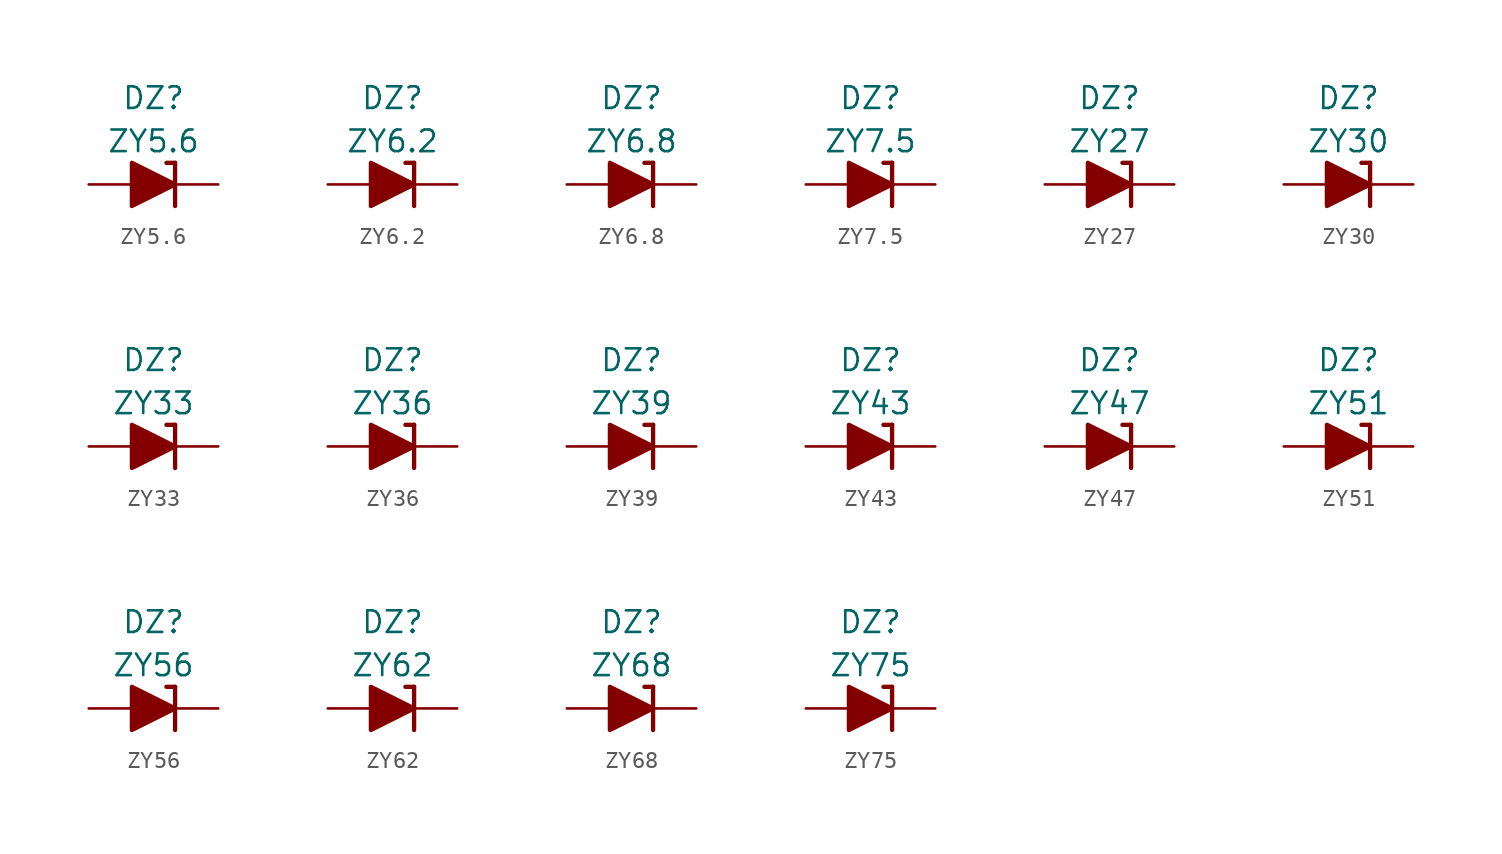
<source format=kicad_sym>
(kicad_symbol_lib
  (version 20211014)
  (generator kicad_symbol_editor)
  (symbol "ZY5.6"
    (pin_numbers hide)
    (pin_names
      (offset 1.016) hide)
    (property "Reference" "DZ"
      (at 0 5.08 0)
      (effects (font (size 1.27 1.27))))
    (property "Value" "ZY5.6"
      (at 0 2.54 0)
      (effects (font (size 1.27 1.27))))
    (symbol "ZY5.6_0_1"
      (polyline (pts (xy -1.27 0) (xy 1.27 0)) (stroke (width 0) (type default) (color 0 0 0 0)) (fill (type none)))
      (polyline (pts (xy 1.27 1.27) (xy 0.762 1.27)) (stroke (width 0.254) (type default) (color 0 0 0 0)) (fill (type none)))
      (polyline (pts (xy 1.27 1.27) (xy 1.27 -1.27)) (stroke (width 0.254) (type default) (color 0 0 0 0)) (fill (type none)))
      (polyline (pts (xy -1.27 -1.27) (xy -1.27 1.27) (xy 1.27 0) (xy -1.27 -1.27)) (stroke (width 0.254) (type default) (color 0 0 0 0)) (fill (type outline))))
    (symbol "ZY5.6_1_1"
      (pin passive line (at 3.81 0 180) (length 2.54) (name "K" (effects (font (size 1.27 1.27)))) (number "1" (effects (font (size 1.27 1.27)))))
      (pin passive line (at -3.81 0 0) (length 2.54) (name "A" (effects (font (size 1.27 1.27)))) (number "2" (effects (font (size 1.27 1.27)))))))
  (symbol "ZY6.2"
    (pin_numbers hide)
    (pin_names
      (offset 1.016) hide)
    (property "Reference" "DZ"
      (at 0 5.08 0)
      (effects (font (size 1.27 1.27))))
    (property "Value" "ZY6.2"
      (at 0 2.54 0)
      (effects (font (size 1.27 1.27))))
    (symbol "ZY6.2_0_1"
      (polyline (pts (xy -1.27 0) (xy 1.27 0)) (stroke (width 0) (type default) (color 0 0 0 0)) (fill (type none)))
      (polyline (pts (xy 1.27 1.27) (xy 0.762 1.27)) (stroke (width 0.254) (type default) (color 0 0 0 0)) (fill (type none)))
      (polyline (pts (xy 1.27 1.27) (xy 1.27 -1.27)) (stroke (width 0.254) (type default) (color 0 0 0 0)) (fill (type none)))
      (polyline (pts (xy -1.27 -1.27) (xy -1.27 1.27) (xy 1.27 0) (xy -1.27 -1.27)) (stroke (width 0.254) (type default) (color 0 0 0 0)) (fill (type outline))))
    (symbol "ZY6.2_1_1"
      (pin passive line (at 3.81 0 180) (length 2.54) (name "K" (effects (font (size 1.27 1.27)))) (number "1" (effects (font (size 1.27 1.27)))))
      (pin passive line (at -3.81 0 0) (length 2.54) (name "A" (effects (font (size 1.27 1.27)))) (number "2" (effects (font (size 1.27 1.27)))))))
  (symbol "ZY6.8"
    (pin_numbers hide)
    (pin_names
      (offset 1.016) hide)
    (property "Reference" "DZ"
      (at 0 5.08 0)
      (effects (font (size 1.27 1.27))))
    (property "Value" "ZY6.8"
      (at 0 2.54 0)
      (effects (font (size 1.27 1.27))))
    (symbol "ZY6.8_0_1"
      (polyline (pts (xy -1.27 0) (xy 1.27 0)) (stroke (width 0) (type default) (color 0 0 0 0)) (fill (type none)))
      (polyline (pts (xy 1.27 1.27) (xy 0.762 1.27)) (stroke (width 0.254) (type default) (color 0 0 0 0)) (fill (type none)))
      (polyline (pts (xy 1.27 1.27) (xy 1.27 -1.27)) (stroke (width 0.254) (type default) (color 0 0 0 0)) (fill (type none)))
      (polyline (pts (xy -1.27 -1.27) (xy -1.27 1.27) (xy 1.27 0) (xy -1.27 -1.27)) (stroke (width 0.254) (type default) (color 0 0 0 0)) (fill (type outline))))
    (symbol "ZY6.8_1_1"
      (pin passive line (at 3.81 0 180) (length 2.54) (name "K" (effects (font (size 1.27 1.27)))) (number "1" (effects (font (size 1.27 1.27)))))
      (pin passive line (at -3.81 0 0) (length 2.54) (name "A" (effects (font (size 1.27 1.27)))) (number "2" (effects (font (size 1.27 1.27)))))))
  (symbol "ZY7.5"
    (pin_numbers hide)
    (pin_names
      (offset 1.016) hide)
    (property "Reference" "DZ"
      (at 0 5.08 0)
      (effects (font (size 1.27 1.27))))
    (property "Value" "ZY7.5"
      (at 0 2.54 0)
      (effects (font (size 1.27 1.27))))
    (symbol "ZY7.5_0_1"
      (polyline (pts (xy -1.27 0) (xy 1.27 0)) (stroke (width 0) (type default) (color 0 0 0 0)) (fill (type none)))
      (polyline (pts (xy 1.27 1.27) (xy 0.762 1.27)) (stroke (width 0.254) (type default) (color 0 0 0 0)) (fill (type none)))
      (polyline (pts (xy 1.27 1.27) (xy 1.27 -1.27)) (stroke (width 0.254) (type default) (color 0 0 0 0)) (fill (type none)))
      (polyline (pts (xy -1.27 -1.27) (xy -1.27 1.27) (xy 1.27 0) (xy -1.27 -1.27)) (stroke (width 0.254) (type default) (color 0 0 0 0)) (fill (type outline))))
    (symbol "ZY7.5_1_1"
      (pin passive line (at 3.81 0 180) (length 2.54) (name "K" (effects (font (size 1.27 1.27)))) (number "1" (effects (font (size 1.27 1.27)))))
      (pin passive line (at -3.81 0 0) (length 2.54) (name "A" (effects (font (size 1.27 1.27)))) (number "2" (effects (font (size 1.27 1.27)))))))
  (symbol "ZY27"
    (pin_numbers hide)
    (pin_names
      (offset 1.016) hide)
    (property "Reference" "DZ"
      (at 0 5.08 0)
      (effects (font (size 1.27 1.27))))
    (property "Value" "ZY27"
      (at 0 2.54 0)
      (effects (font (size 1.27 1.27))))
    (symbol "ZY27_0_1"
      (polyline (pts (xy -1.27 0) (xy 1.27 0)) (stroke (width 0) (type default) (color 0 0 0 0)) (fill (type none)))
      (polyline (pts (xy 1.27 1.27) (xy 0.762 1.27)) (stroke (width 0.254) (type default) (color 0 0 0 0)) (fill (type none)))
      (polyline (pts (xy 1.27 1.27) (xy 1.27 -1.27)) (stroke (width 0.254) (type default) (color 0 0 0 0)) (fill (type none)))
      (polyline (pts (xy -1.27 -1.27) (xy -1.27 1.27) (xy 1.27 0) (xy -1.27 -1.27)) (stroke (width 0.254) (type default) (color 0 0 0 0)) (fill (type outline))))
    (symbol "ZY27_1_1"
      (pin passive line (at 3.81 0 180) (length 2.54) (name "K" (effects (font (size 1.27 1.27)))) (number "1" (effects (font (size 1.27 1.27)))))
      (pin passive line (at -3.81 0 0) (length 2.54) (name "A" (effects (font (size 1.27 1.27)))) (number "2" (effects (font (size 1.27 1.27)))))))
  (symbol "ZY30"
    (pin_numbers hide)
    (pin_names
      (offset 1.016) hide)
    (property "Reference" "DZ"
      (at 0 5.08 0)
      (effects (font (size 1.27 1.27))))
    (property "Value" "ZY30"
      (at 0 2.54 0)
      (effects (font (size 1.27 1.27))))
    (symbol "ZY30_0_1"
      (polyline (pts (xy -1.27 0) (xy 1.27 0)) (stroke (width 0) (type default) (color 0 0 0 0)) (fill (type none)))
      (polyline (pts (xy 1.27 1.27) (xy 0.762 1.27)) (stroke (width 0.254) (type default) (color 0 0 0 0)) (fill (type none)))
      (polyline (pts (xy 1.27 1.27) (xy 1.27 -1.27)) (stroke (width 0.254) (type default) (color 0 0 0 0)) (fill (type none)))
      (polyline (pts (xy -1.27 -1.27) (xy -1.27 1.27) (xy 1.27 0) (xy -1.27 -1.27)) (stroke (width 0.254) (type default) (color 0 0 0 0)) (fill (type outline))))
    (symbol "ZY30_1_1"
      (pin passive line (at 3.81 0 180) (length 2.54) (name "K" (effects (font (size 1.27 1.27)))) (number "1" (effects (font (size 1.27 1.27)))))
      (pin passive line (at -3.81 0 0) (length 2.54) (name "A" (effects (font (size 1.27 1.27)))) (number "2" (effects (font (size 1.27 1.27)))))))
  (symbol "ZY33"
    (pin_numbers hide)
    (pin_names
      (offset 1.016) hide)
    (property "Reference" "DZ"
      (at 0 5.08 0)
      (effects (font (size 1.27 1.27))))
    (property "Value" "ZY33"
      (at 0 2.54 0)
      (effects (font (size 1.27 1.27))))
    (symbol "ZY33_0_1"
      (polyline (pts (xy -1.27 0) (xy 1.27 0)) (stroke (width 0) (type default) (color 0 0 0 0)) (fill (type none)))
      (polyline (pts (xy 1.27 1.27) (xy 0.762 1.27)) (stroke (width 0.254) (type default) (color 0 0 0 0)) (fill (type none)))
      (polyline (pts (xy 1.27 1.27) (xy 1.27 -1.27)) (stroke (width 0.254) (type default) (color 0 0 0 0)) (fill (type none)))
      (polyline (pts (xy -1.27 -1.27) (xy -1.27 1.27) (xy 1.27 0) (xy -1.27 -1.27)) (stroke (width 0.254) (type default) (color 0 0 0 0)) (fill (type outline))))
    (symbol "ZY33_1_1"
      (pin passive line (at 3.81 0 180) (length 2.54) (name "K" (effects (font (size 1.27 1.27)))) (number "1" (effects (font (size 1.27 1.27)))))
      (pin passive line (at -3.81 0 0) (length 2.54) (name "A" (effects (font (size 1.27 1.27)))) (number "2" (effects (font (size 1.27 1.27)))))))
  (symbol "ZY36"
    (pin_numbers hide)
    (pin_names
      (offset 1.016) hide)
    (property "Reference" "DZ"
      (at 0 5.08 0)
      (effects (font (size 1.27 1.27))))
    (property "Value" "ZY36"
      (at 0 2.54 0)
      (effects (font (size 1.27 1.27))))
    (symbol "ZY36_0_1"
      (polyline (pts (xy -1.27 0) (xy 1.27 0)) (stroke (width 0) (type default) (color 0 0 0 0)) (fill (type none)))
      (polyline (pts (xy 1.27 1.27) (xy 0.762 1.27)) (stroke (width 0.254) (type default) (color 0 0 0 0)) (fill (type none)))
      (polyline (pts (xy 1.27 1.27) (xy 1.27 -1.27)) (stroke (width 0.254) (type default) (color 0 0 0 0)) (fill (type none)))
      (polyline (pts (xy -1.27 -1.27) (xy -1.27 1.27) (xy 1.27 0) (xy -1.27 -1.27)) (stroke (width 0.254) (type default) (color 0 0 0 0)) (fill (type outline))))
    (symbol "ZY36_1_1"
      (pin passive line (at 3.81 0 180) (length 2.54) (name "K" (effects (font (size 1.27 1.27)))) (number "1" (effects (font (size 1.27 1.27)))))
      (pin passive line (at -3.81 0 0) (length 2.54) (name "A" (effects (font (size 1.27 1.27)))) (number "2" (effects (font (size 1.27 1.27)))))))
  (symbol "ZY39"
    (pin_numbers hide)
    (pin_names
      (offset 1.016) hide)
    (property "Reference" "DZ"
      (at 0 5.08 0)
      (effects (font (size 1.27 1.27))))
    (property "Value" "ZY39"
      (at 0 2.54 0)
      (effects (font (size 1.27 1.27))))
    (symbol "ZY39_0_1"
      (polyline (pts (xy -1.27 0) (xy 1.27 0)) (stroke (width 0) (type default) (color 0 0 0 0)) (fill (type none)))
      (polyline (pts (xy 1.27 1.27) (xy 0.762 1.27)) (stroke (width 0.254) (type default) (color 0 0 0 0)) (fill (type none)))
      (polyline (pts (xy 1.27 1.27) (xy 1.27 -1.27)) (stroke (width 0.254) (type default) (color 0 0 0 0)) (fill (type none)))
      (polyline (pts (xy -1.27 -1.27) (xy -1.27 1.27) (xy 1.27 0) (xy -1.27 -1.27)) (stroke (width 0.254) (type default) (color 0 0 0 0)) (fill (type outline))))
    (symbol "ZY39_1_1"
      (pin passive line (at 3.81 0 180) (length 2.54) (name "K" (effects (font (size 1.27 1.27)))) (number "1" (effects (font (size 1.27 1.27)))))
      (pin passive line (at -3.81 0 0) (length 2.54) (name "A" (effects (font (size 1.27 1.27)))) (number "2" (effects (font (size 1.27 1.27)))))))
  (symbol "ZY43"
    (pin_numbers hide)
    (pin_names
      (offset 1.016) hide)
    (property "Reference" "DZ"
      (at 0 5.08 0)
      (effects (font (size 1.27 1.27))))
    (property "Value" "ZY43"
      (at 0 2.54 0)
      (effects (font (size 1.27 1.27))))
    (symbol "ZY43_0_1"
      (polyline (pts (xy -1.27 0) (xy 1.27 0)) (stroke (width 0) (type default) (color 0 0 0 0)) (fill (type none)))
      (polyline (pts (xy 1.27 1.27) (xy 0.762 1.27)) (stroke (width 0.254) (type default) (color 0 0 0 0)) (fill (type none)))
      (polyline (pts (xy 1.27 1.27) (xy 1.27 -1.27)) (stroke (width 0.254) (type default) (color 0 0 0 0)) (fill (type none)))
      (polyline (pts (xy -1.27 -1.27) (xy -1.27 1.27) (xy 1.27 0) (xy -1.27 -1.27)) (stroke (width 0.254) (type default) (color 0 0 0 0)) (fill (type outline))))
    (symbol "ZY43_1_1"
      (pin passive line (at 3.81 0 180) (length 2.54) (name "K" (effects (font (size 1.27 1.27)))) (number "1" (effects (font (size 1.27 1.27)))))
      (pin passive line (at -3.81 0 0) (length 2.54) (name "A" (effects (font (size 1.27 1.27)))) (number "2" (effects (font (size 1.27 1.27)))))))
  (symbol "ZY47"
    (pin_numbers hide)
    (pin_names
      (offset 1.016) hide)
    (property "Reference" "DZ"
      (at 0 5.08 0)
      (effects (font (size 1.27 1.27))))
    (property "Value" "ZY47"
      (at 0 2.54 0)
      (effects (font (size 1.27 1.27))))
    (symbol "ZY47_0_1"
      (polyline (pts (xy -1.27 0) (xy 1.27 0)) (stroke (width 0) (type default) (color 0 0 0 0)) (fill (type none)))
      (polyline (pts (xy 1.27 1.27) (xy 0.762 1.27)) (stroke (width 0.254) (type default) (color 0 0 0 0)) (fill (type none)))
      (polyline (pts (xy 1.27 1.27) (xy 1.27 -1.27)) (stroke (width 0.254) (type default) (color 0 0 0 0)) (fill (type none)))
      (polyline (pts (xy -1.27 -1.27) (xy -1.27 1.27) (xy 1.27 0) (xy -1.27 -1.27)) (stroke (width 0.254) (type default) (color 0 0 0 0)) (fill (type outline))))
    (symbol "ZY47_1_1"
      (pin passive line (at 3.81 0 180) (length 2.54) (name "K" (effects (font (size 1.27 1.27)))) (number "1" (effects (font (size 1.27 1.27)))))
      (pin passive line (at -3.81 0 0) (length 2.54) (name "A" (effects (font (size 1.27 1.27)))) (number "2" (effects (font (size 1.27 1.27)))))))
  (symbol "ZY51"
    (pin_numbers hide)
    (pin_names
      (offset 1.016) hide)
    (property "Reference" "DZ"
      (at 0 5.08 0)
      (effects (font (size 1.27 1.27))))
    (property "Value" "ZY51"
      (at 0 2.54 0)
      (effects (font (size 1.27 1.27))))
    (symbol "ZY51_0_1"
      (polyline (pts (xy -1.27 0) (xy 1.27 0)) (stroke (width 0) (type default) (color 0 0 0 0)) (fill (type none)))
      (polyline (pts (xy 1.27 1.27) (xy 0.762 1.27)) (stroke (width 0.254) (type default) (color 0 0 0 0)) (fill (type none)))
      (polyline (pts (xy 1.27 1.27) (xy 1.27 -1.27)) (stroke (width 0.254) (type default) (color 0 0 0 0)) (fill (type none)))
      (polyline (pts (xy -1.27 -1.27) (xy -1.27 1.27) (xy 1.27 0) (xy -1.27 -1.27)) (stroke (width 0.254) (type default) (color 0 0 0 0)) (fill (type outline))))
    (symbol "ZY51_1_1"
      (pin passive line (at 3.81 0 180) (length 2.54) (name "K" (effects (font (size 1.27 1.27)))) (number "1" (effects (font (size 1.27 1.27)))))
      (pin passive line (at -3.81 0 0) (length 2.54) (name "A" (effects (font (size 1.27 1.27)))) (number "2" (effects (font (size 1.27 1.27)))))))
  (symbol "ZY56"
    (pin_numbers hide)
    (pin_names
      (offset 1.016) hide)
    (property "Reference" "DZ"
      (at 0 5.08 0)
      (effects (font (size 1.27 1.27))))
    (property "Value" "ZY56"
      (at 0 2.54 0)
      (effects (font (size 1.27 1.27))))
    (symbol "ZY56_0_1"
      (polyline (pts (xy -1.27 0) (xy 1.27 0)) (stroke (width 0) (type default) (color 0 0 0 0)) (fill (type none)))
      (polyline (pts (xy 1.27 1.27) (xy 0.762 1.27)) (stroke (width 0.254) (type default) (color 0 0 0 0)) (fill (type none)))
      (polyline (pts (xy 1.27 1.27) (xy 1.27 -1.27)) (stroke (width 0.254) (type default) (color 0 0 0 0)) (fill (type none)))
      (polyline (pts (xy -1.27 -1.27) (xy -1.27 1.27) (xy 1.27 0) (xy -1.27 -1.27)) (stroke (width 0.254) (type default) (color 0 0 0 0)) (fill (type outline))))
    (symbol "ZY56_1_1"
      (pin passive line (at 3.81 0 180) (length 2.54) (name "K" (effects (font (size 1.27 1.27)))) (number "1" (effects (font (size 1.27 1.27)))))
      (pin passive line (at -3.81 0 0) (length 2.54) (name "A" (effects (font (size 1.27 1.27)))) (number "2" (effects (font (size 1.27 1.27)))))))
  (symbol "ZY62"
    (pin_numbers hide)
    (pin_names
      (offset 1.016) hide)
    (property "Reference" "DZ"
      (at 0 5.08 0)
      (effects (font (size 1.27 1.27))))
    (property "Value" "ZY62"
      (at 0 2.54 0)
      (effects (font (size 1.27 1.27))))
    (symbol "ZY62_0_1"
      (polyline (pts (xy -1.27 0) (xy 1.27 0)) (stroke (width 0) (type default) (color 0 0 0 0)) (fill (type none)))
      (polyline (pts (xy 1.27 1.27) (xy 0.762 1.27)) (stroke (width 0.254) (type default) (color 0 0 0 0)) (fill (type none)))
      (polyline (pts (xy 1.27 1.27) (xy 1.27 -1.27)) (stroke (width 0.254) (type default) (color 0 0 0 0)) (fill (type none)))
      (polyline (pts (xy -1.27 -1.27) (xy -1.27 1.27) (xy 1.27 0) (xy -1.27 -1.27)) (stroke (width 0.254) (type default) (color 0 0 0 0)) (fill (type outline))))
    (symbol "ZY62_1_1"
      (pin passive line (at 3.81 0 180) (length 2.54) (name "K" (effects (font (size 1.27 1.27)))) (number "1" (effects (font (size 1.27 1.27)))))
      (pin passive line (at -3.81 0 0) (length 2.54) (name "A" (effects (font (size 1.27 1.27)))) (number "2" (effects (font (size 1.27 1.27)))))))
  (symbol "ZY68"
    (pin_numbers hide)
    (pin_names
      (offset 1.016) hide)
    (property "Reference" "DZ"
      (at 0 5.08 0)
      (effects (font (size 1.27 1.27))))
    (property "Value" "ZY68"
      (at 0 2.54 0)
      (effects (font (size 1.27 1.27))))
    (symbol "ZY68_0_1"
      (polyline (pts (xy -1.27 0) (xy 1.27 0)) (stroke (width 0) (type default) (color 0 0 0 0)) (fill (type none)))
      (polyline (pts (xy 1.27 1.27) (xy 0.762 1.27)) (stroke (width 0.254) (type default) (color 0 0 0 0)) (fill (type none)))
      (polyline (pts (xy 1.27 1.27) (xy 1.27 -1.27)) (stroke (width 0.254) (type default) (color 0 0 0 0)) (fill (type none)))
      (polyline (pts (xy -1.27 -1.27) (xy -1.27 1.27) (xy 1.27 0) (xy -1.27 -1.27)) (stroke (width 0.254) (type default) (color 0 0 0 0)) (fill (type outline))))
    (symbol "ZY68_1_1"
      (pin passive line (at 3.81 0 180) (length 2.54) (name "K" (effects (font (size 1.27 1.27)))) (number "1" (effects (font (size 1.27 1.27)))))
      (pin passive line (at -3.81 0 0) (length 2.54) (name "A" (effects (font (size 1.27 1.27)))) (number "2" (effects (font (size 1.27 1.27)))))))
  (symbol "ZY75"
    (pin_numbers hide)
    (pin_names
      (offset 1.016) hide)
    (property "Reference" "DZ"
      (at 0 5.08 0)
      (effects (font (size 1.27 1.27))))
    (property "Value" "ZY75"
      (at 0 2.54 0)
      (effects (font (size 1.27 1.27))))
    (symbol "ZY75_0_1"
      (polyline (pts (xy -1.27 0) (xy 1.27 0)) (stroke (width 0) (type default) (color 0 0 0 0)) (fill (type none)))
      (polyline (pts (xy 1.27 1.27) (xy 0.762 1.27)) (stroke (width 0.254) (type default) (color 0 0 0 0)) (fill (type none)))
      (polyline (pts (xy 1.27 1.27) (xy 1.27 -1.27)) (stroke (width 0.254) (type default) (color 0 0 0 0)) (fill (type none)))
      (polyline (pts (xy -1.27 -1.27) (xy -1.27 1.27) (xy 1.27 0) (xy -1.27 -1.27)) (stroke (width 0.254) (type default) (color 0 0 0 0)) (fill (type outline))))
    (symbol "ZY75_1_1"
      (pin passive line (at 3.81 0 180) (length 2.54) (name "K" (effects (font (size 1.27 1.27)))) (number "1" (effects (font (size 1.27 1.27)))))
      (pin passive line (at -3.81 0 0) (length 2.54) (name "A" (effects (font (size 1.27 1.27)))) (number "2" (effects (font (size 1.27 1.27))))))))
</source>
